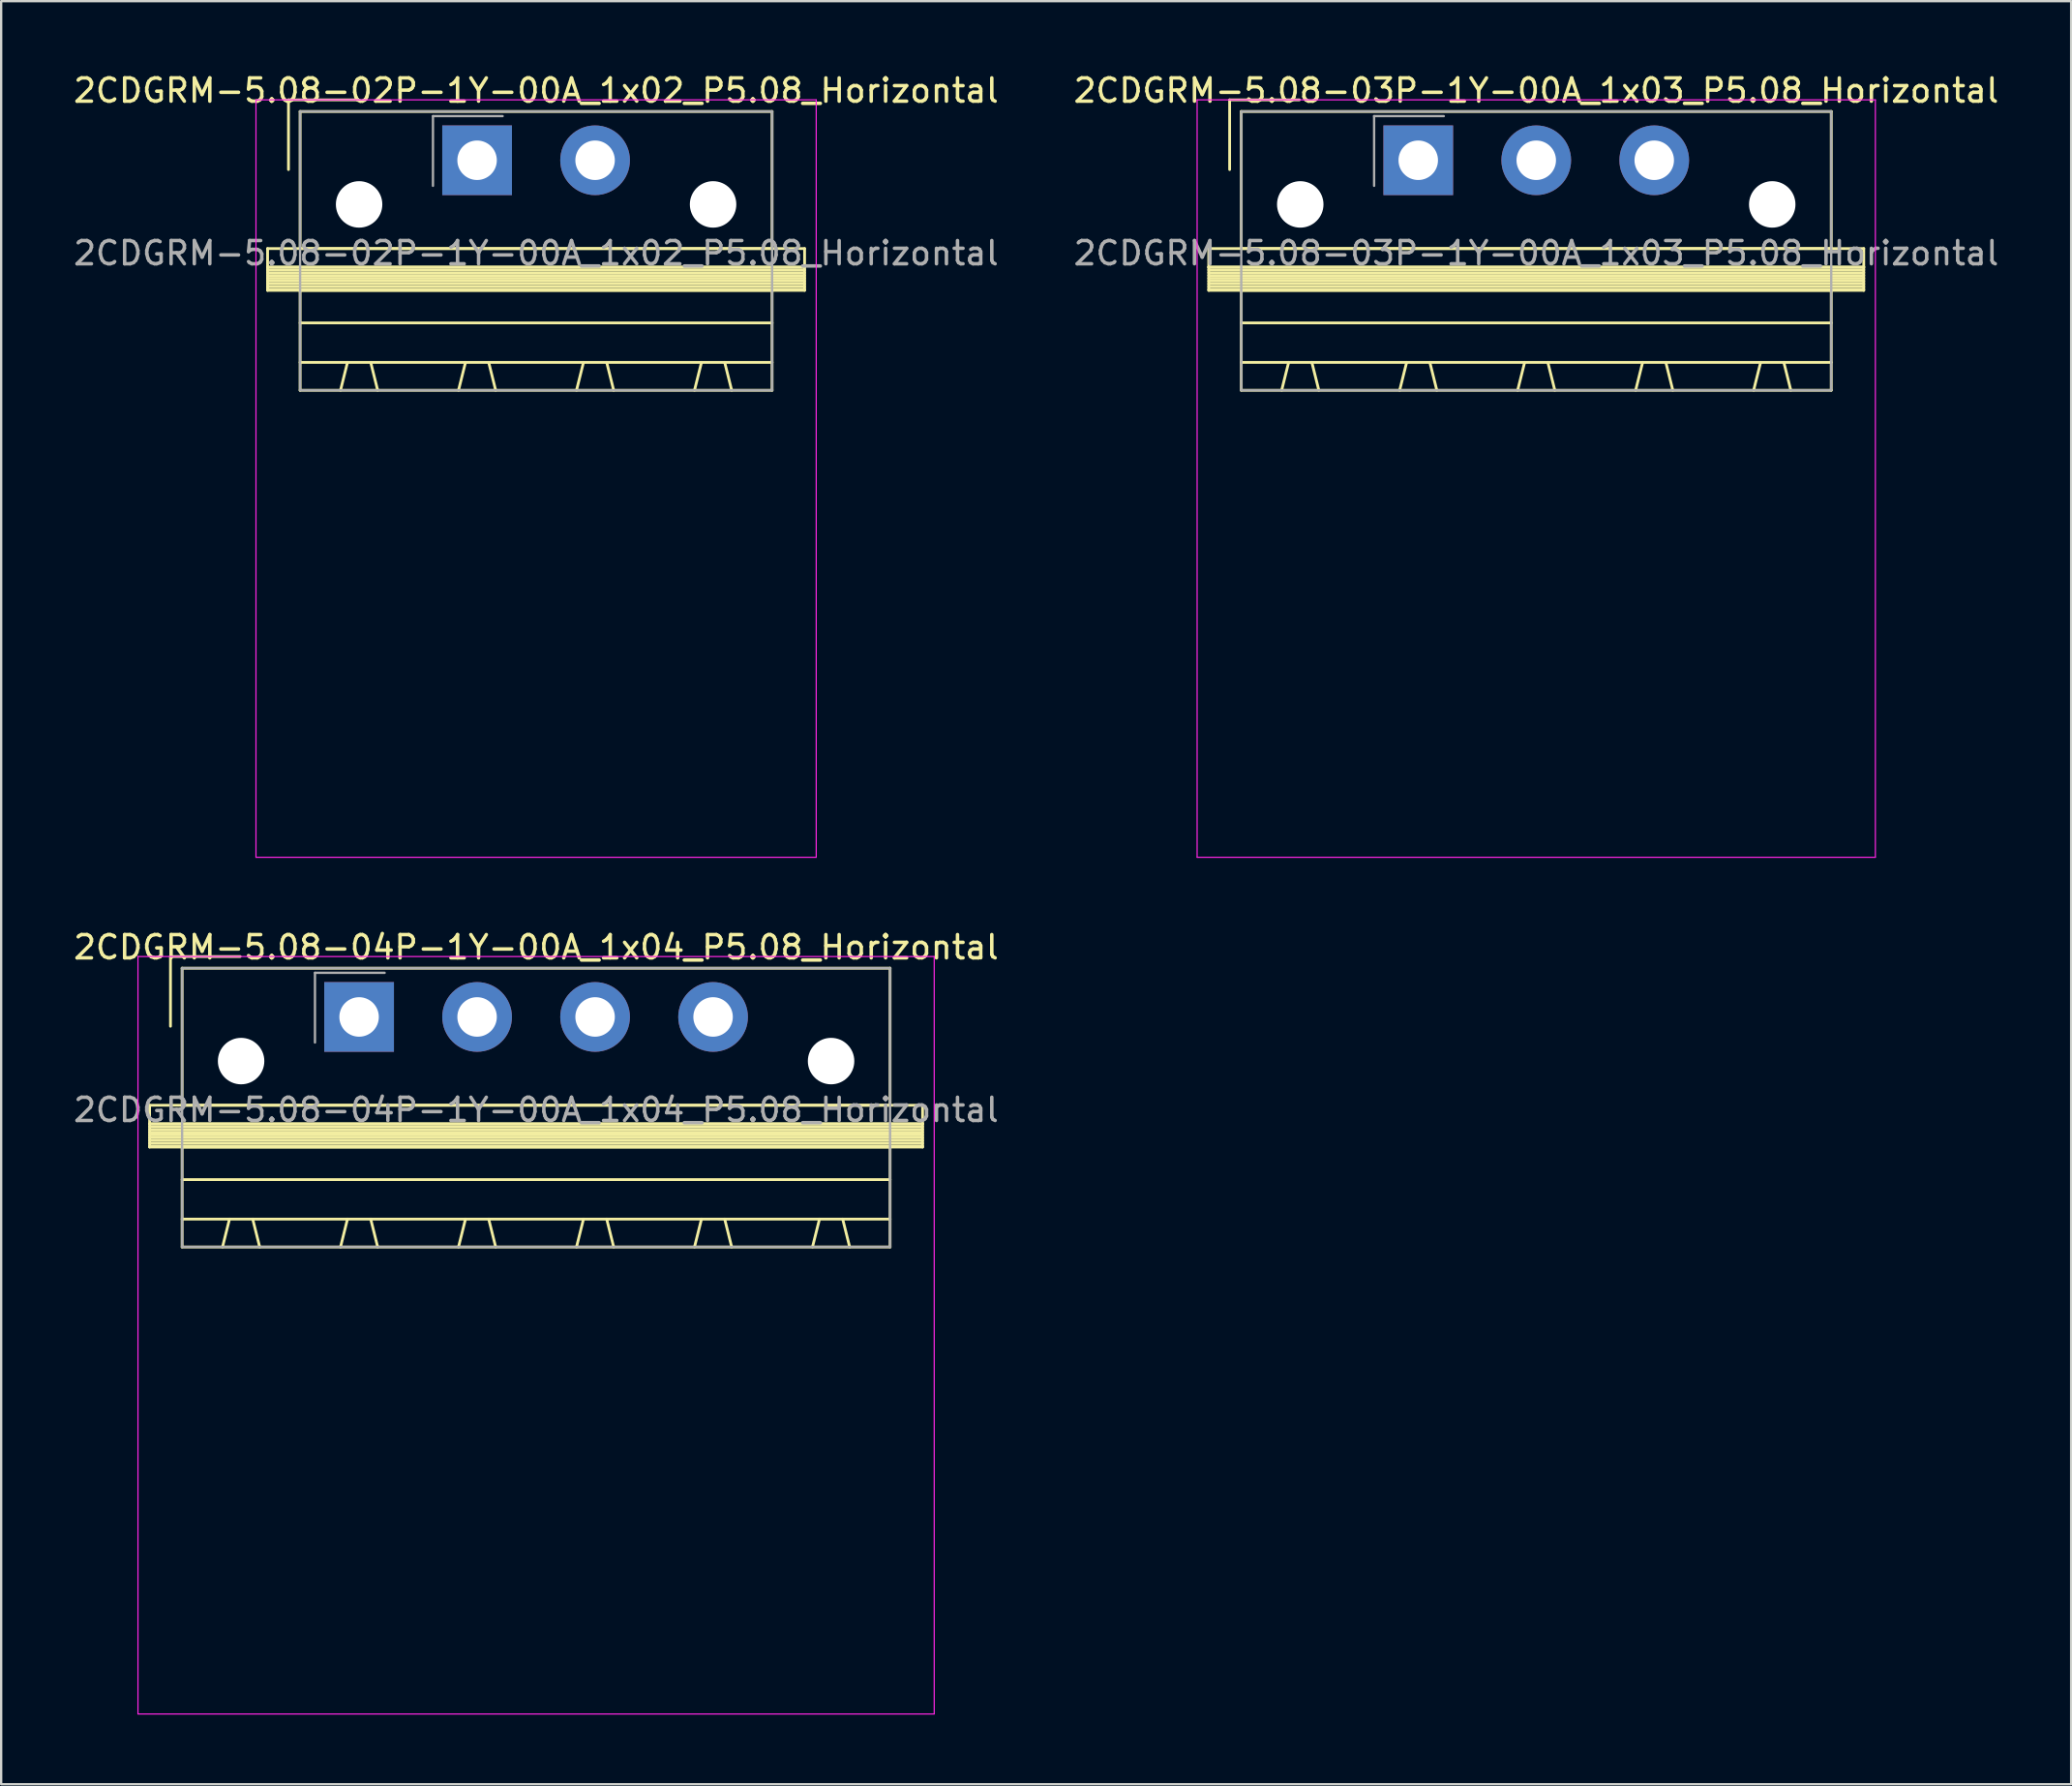
<source format=kicad_pcb>
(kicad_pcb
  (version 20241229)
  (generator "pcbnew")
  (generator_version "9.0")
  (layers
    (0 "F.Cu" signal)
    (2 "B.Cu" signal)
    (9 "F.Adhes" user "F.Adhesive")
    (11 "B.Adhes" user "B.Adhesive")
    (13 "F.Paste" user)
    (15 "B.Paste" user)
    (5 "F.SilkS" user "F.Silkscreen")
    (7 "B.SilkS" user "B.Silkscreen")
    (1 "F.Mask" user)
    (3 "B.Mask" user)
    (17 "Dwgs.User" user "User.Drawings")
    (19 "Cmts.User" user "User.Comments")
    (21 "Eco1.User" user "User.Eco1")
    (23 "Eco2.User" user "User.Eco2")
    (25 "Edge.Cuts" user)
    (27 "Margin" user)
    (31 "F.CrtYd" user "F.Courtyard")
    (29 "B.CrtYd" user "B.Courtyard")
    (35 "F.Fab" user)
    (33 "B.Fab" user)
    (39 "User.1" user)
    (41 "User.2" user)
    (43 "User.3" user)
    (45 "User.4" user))
  (footprint "2CDGRM-5.08-02P-1Y-00A_1x02_P5.08_Horizontal"
    (layer "F.Cu")
    (at 17.49 3.848)
    (property "Reference" "2CDGRM-5.08-02P-1Y-00A_1x02_P5.08_Horizontal" (at 2.54 -3 0) (layer "F.SilkS") (effects (font (size 1 1) (thickness 0.15))))
    (attr through_hole)
    (fp_line (start -9.02 3.8) (end -9.02 4.6) (stroke (width 0.12) (type solid)) (layer "F.SilkS"))
    (fp_line (start -9.02 4.6) (end -9.02 5.6) (stroke (width 0.12) (type solid)) (layer "F.SilkS"))
    (fp_line (start -9.02 4.6) (end 14.1 4.6) (stroke (width 0.12) (type solid)) (layer "F.SilkS"))
    (fp_line (start -9.02 4.72) (end 14.1 4.72) (stroke (width 0.12) (type solid)) (layer "F.SilkS"))
    (fp_line (start -9.02 4.84) (end 14.1 4.84) (stroke (width 0.12) (type solid)) (layer "F.SilkS"))
    (fp_line (start -9.02 4.96) (end 14.1 4.96) (stroke (width 0.12) (type solid)) (layer "F.SilkS"))
    (fp_line (start -9.02 5.08) (end 14.1 5.08) (stroke (width 0.12) (type solid)) (layer "F.SilkS"))
    (fp_line (start -9.02 5.2) (end 14.1 5.2) (stroke (width 0.12) (type solid)) (layer "F.SilkS"))
    (fp_line (start -9.02 5.32) (end 14.1 5.32) (stroke (width 0.12) (type solid)) (layer "F.SilkS"))
    (fp_line (start -9.02 5.44) (end 14.1 5.44) (stroke (width 0.12) (type solid)) (layer "F.SilkS"))
    (fp_line (start -9.02 5.56) (end 14.1 5.56) (stroke (width 0.12) (type solid)) (layer "F.SilkS"))
    (fp_line (start -9.02 5.6) (end 14.1 5.6) (stroke (width 0.12) (type solid)) (layer "F.SilkS"))
    (fp_line (start -8.12 -2.6) (end -8.12 0.4) (stroke (width 0.12) (type solid)) (layer "F.SilkS"))
    (fp_line (start -8.12 -2.6) (end -5.12 -2.6) (stroke (width 0.12) (type solid)) (layer "F.SilkS"))
    (fp_line (start -7.62 -2.1) (end -7.62 3.8) (stroke (width 0.12) (type solid)) (layer "F.SilkS"))
    (fp_line (start -7.62 3.8) (end 12.7 3.8) (stroke (width 0.12) (type solid)) (layer "F.SilkS"))
    (fp_line (start -7.62 5.6) (end -7.62 9.9) (stroke (width 0.12) (type solid)) (layer "F.SilkS"))
    (fp_line (start -7.62 7) (end 12.7 7) (stroke (width 0.12) (type solid)) (layer "F.SilkS"))
    (fp_line (start -7.62 8.7) (end 12.7 8.7) (stroke (width 0.12) (type solid)) (layer "F.SilkS"))
    (fp_line (start -7.62 9.9) (end 12.7 9.9) (stroke (width 0.12) (type solid)) (layer "F.SilkS"))
    (fp_line (start -5.58 8.7) (end -5.88 9.9) (stroke (width 0.12) (type solid)) (layer "F.SilkS"))
    (fp_line (start -4.58 8.7) (end -4.28 9.9) (stroke (width 0.12) (type solid)) (layer "F.SilkS"))
    (fp_line (start -0.5 8.7) (end -0.8 9.9) (stroke (width 0.12) (type solid)) (layer "F.SilkS"))
    (fp_line (start 0.5 8.7) (end 0.8 9.9) (stroke (width 0.12) (type solid)) (layer "F.SilkS"))
    (fp_line (start 4.58 8.7) (end 4.28 9.9) (stroke (width 0.12) (type solid)) (layer "F.SilkS"))
    (fp_line (start 5.58 8.7) (end 5.88 9.9) (stroke (width 0.12) (type solid)) (layer "F.SilkS"))
    (fp_line (start 9.66 8.7) (end 9.36 9.9) (stroke (width 0.12) (type solid)) (layer "F.SilkS"))
    (fp_line (start 10.66 8.7) (end 10.96 9.9) (stroke (width 0.12) (type solid)) (layer "F.SilkS"))
    (fp_line (start 12.7 -2.1) (end -7.62 -2.1) (stroke (width 0.12) (type solid)) (layer "F.SilkS"))
    (fp_line (start 12.7 3.8) (end 12.7 -2.1) (stroke (width 0.12) (type solid)) (layer "F.SilkS"))
    (fp_line (start 12.7 5.6) (end -7.62 5.6) (stroke (width 0.12) (type solid)) (layer "F.SilkS"))
    (fp_line (start 12.7 9.9) (end 12.7 5.6) (stroke (width 0.12) (type solid)) (layer "F.SilkS"))
    (fp_line (start 14.1 3.8) (end -9.02 3.8) (stroke (width 0.12) (type solid)) (layer "F.SilkS"))
    (fp_line (start 14.1 4.6) (end -9.02 4.6) (stroke (width 0.12) (type solid)) (layer "F.SilkS"))
    (fp_line (start 14.1 4.6) (end 14.1 3.8) (stroke (width 0.12) (type solid)) (layer "F.SilkS"))
    (fp_line (start 14.1 5.6) (end 14.1 4.6) (stroke (width 0.12) (type solid)) (layer "F.SilkS"))
    (fp_line (start -9.52 -2.6) (end -9.52 30) (stroke (width 0.05) (type solid)) (layer "F.CrtYd"))
    (fp_line (start -9.52 30) (end 14.6 30) (stroke (width 0.05) (type solid)) (layer "F.CrtYd"))
    (fp_line (start 14.6 -2.6) (end -9.52 -2.6) (stroke (width 0.05) (type solid)) (layer "F.CrtYd"))
    (fp_line (start 14.6 30) (end 14.6 -2.6) (stroke (width 0.05) (type solid)) (layer "F.CrtYd"))
    (fp_line (start -7.62 -2.1) (end -7.62 9.9) (stroke (width 0.1) (type solid)) (layer "F.Fab"))
    (fp_line (start -7.62 9.9) (end 12.7 9.9) (stroke (width 0.1) (type solid)) (layer "F.Fab"))
    (fp_line (start -1.9 -1.9) (end -1.9 1.1) (stroke (width 0.1) (type solid)) (layer "F.Fab"))
    (fp_line (start -1.9 -1.9) (end 1.1 -1.9) (stroke (width 0.1) (type solid)) (layer "F.Fab"))
    (fp_line (start 12.7 -2.1) (end -7.62 -2.1) (stroke (width 0.1) (type solid)) (layer "F.Fab"))
    (fp_line (start 12.7 9.9) (end 12.7 -2.1) (stroke (width 0.1) (type solid)) (layer "F.Fab"))
    (fp_text user "${REFERENCE}" (at 2.54 4 0) (layer "F.Fab") (effects (font (size 1 1) (thickness 0.15))))
    (pad "" np_thru_hole circle (at -5.08 1.9) (size 2 2) (drill 2) (layers "*.Cu" "*.Mask"))
    (pad "" np_thru_hole circle (at 10.16 1.9) (size 2 2) (drill 2) (layers "*.Cu" "*.Mask"))
    (pad "1" thru_hole rect (at 0 0) (size 3 3) (drill 1.7) (layers "*.Cu" "*.Mask"))
    (pad "2" thru_hole circle (at 5.08 0) (size 3 3) (drill 1.7) (layers "*.Cu" "*.Mask")))
  (footprint "2CDGRM-5.08-04P-1Y-00A_1x04_P5.08_Horizontal"
    (layer "F.Cu")
    (at 12.41 40.721)
    (property "Reference" "2CDGRM-5.08-04P-1Y-00A_1x04_P5.08_Horizontal" (at 7.62 -3 0) (layer "F.SilkS") (effects (font (size 1 1) (thickness 0.15))))
    (attr through_hole)
    (fp_line (start -9.02 3.8) (end -9.02 4.6) (stroke (width 0.12) (type solid)) (layer "F.SilkS"))
    (fp_line (start -9.02 4.6) (end -9.02 5.6) (stroke (width 0.12) (type solid)) (layer "F.SilkS"))
    (fp_line (start -9.02 4.6) (end 24.26 4.6) (stroke (width 0.12) (type solid)) (layer "F.SilkS"))
    (fp_line (start -9.02 4.72) (end 24.26 4.72) (stroke (width 0.12) (type solid)) (layer "F.SilkS"))
    (fp_line (start -9.02 4.84) (end 24.26 4.84) (stroke (width 0.12) (type solid)) (layer "F.SilkS"))
    (fp_line (start -9.02 4.96) (end 24.26 4.96) (stroke (width 0.12) (type solid)) (layer "F.SilkS"))
    (fp_line (start -9.02 5.08) (end 24.26 5.08) (stroke (width 0.12) (type solid)) (layer "F.SilkS"))
    (fp_line (start -9.02 5.2) (end 24.26 5.2) (stroke (width 0.12) (type solid)) (layer "F.SilkS"))
    (fp_line (start -9.02 5.32) (end 24.26 5.32) (stroke (width 0.12) (type solid)) (layer "F.SilkS"))
    (fp_line (start -9.02 5.44) (end 24.26 5.44) (stroke (width 0.12) (type solid)) (layer "F.SilkS"))
    (fp_line (start -9.02 5.56) (end 24.26 5.56) (stroke (width 0.12) (type solid)) (layer "F.SilkS"))
    (fp_line (start -9.02 5.6) (end 24.26 5.6) (stroke (width 0.12) (type solid)) (layer "F.SilkS"))
    (fp_line (start -8.12 -2.6) (end -8.12 0.4) (stroke (width 0.12) (type solid)) (layer "F.SilkS"))
    (fp_line (start -8.12 -2.6) (end -5.12 -2.6) (stroke (width 0.12) (type solid)) (layer "F.SilkS"))
    (fp_line (start -7.62 -2.1) (end -7.62 3.8) (stroke (width 0.12) (type solid)) (layer "F.SilkS"))
    (fp_line (start -7.62 3.8) (end 22.86 3.8) (stroke (width 0.12) (type solid)) (layer "F.SilkS"))
    (fp_line (start -7.62 5.6) (end -7.62 9.9) (stroke (width 0.12) (type solid)) (layer "F.SilkS"))
    (fp_line (start -7.62 7) (end 22.86 7) (stroke (width 0.12) (type solid)) (layer "F.SilkS"))
    (fp_line (start -7.62 8.7) (end 22.86 8.7) (stroke (width 0.12) (type solid)) (layer "F.SilkS"))
    (fp_line (start -7.62 9.9) (end 22.86 9.9) (stroke (width 0.12) (type solid)) (layer "F.SilkS"))
    (fp_line (start -5.58 8.7) (end -5.88 9.9) (stroke (width 0.12) (type solid)) (layer "F.SilkS"))
    (fp_line (start -4.58 8.7) (end -4.28 9.9) (stroke (width 0.12) (type solid)) (layer "F.SilkS"))
    (fp_line (start -0.5 8.7) (end -0.8 9.9) (stroke (width 0.12) (type solid)) (layer "F.SilkS"))
    (fp_line (start 0.5 8.7) (end 0.8 9.9) (stroke (width 0.12) (type solid)) (layer "F.SilkS"))
    (fp_line (start 4.58 8.7) (end 4.28 9.9) (stroke (width 0.12) (type solid)) (layer "F.SilkS"))
    (fp_line (start 5.58 8.7) (end 5.88 9.9) (stroke (width 0.12) (type solid)) (layer "F.SilkS"))
    (fp_line (start 9.66 8.7) (end 9.36 9.9) (stroke (width 0.12) (type solid)) (layer "F.SilkS"))
    (fp_line (start 10.66 8.7) (end 10.96 9.9) (stroke (width 0.12) (type solid)) (layer "F.SilkS"))
    (fp_line (start 14.74 8.7) (end 14.44 9.9) (stroke (width 0.12) (type solid)) (layer "F.SilkS"))
    (fp_line (start 15.74 8.7) (end 16.04 9.9) (stroke (width 0.12) (type solid)) (layer "F.SilkS"))
    (fp_line (start 19.82 8.7) (end 19.52 9.9) (stroke (width 0.12) (type solid)) (layer "F.SilkS"))
    (fp_line (start 20.82 8.7) (end 21.12 9.9) (stroke (width 0.12) (type solid)) (layer "F.SilkS"))
    (fp_line (start 22.86 -2.1) (end -7.62 -2.1) (stroke (width 0.12) (type solid)) (layer "F.SilkS"))
    (fp_line (start 22.86 3.8) (end 22.86 -2.1) (stroke (width 0.12) (type solid)) (layer "F.SilkS"))
    (fp_line (start 22.86 5.6) (end -7.62 5.6) (stroke (width 0.12) (type solid)) (layer "F.SilkS"))
    (fp_line (start 22.86 9.9) (end 22.86 5.6) (stroke (width 0.12) (type solid)) (layer "F.SilkS"))
    (fp_line (start 24.26 3.8) (end -9.02 3.8) (stroke (width 0.12) (type solid)) (layer "F.SilkS"))
    (fp_line (start 24.26 4.6) (end -9.02 4.6) (stroke (width 0.12) (type solid)) (layer "F.SilkS"))
    (fp_line (start 24.26 4.6) (end 24.26 3.8) (stroke (width 0.12) (type solid)) (layer "F.SilkS"))
    (fp_line (start 24.26 5.6) (end 24.26 4.6) (stroke (width 0.12) (type solid)) (layer "F.SilkS"))
    (fp_line (start -9.52 -2.6) (end -9.52 30) (stroke (width 0.05) (type solid)) (layer "F.CrtYd"))
    (fp_line (start -9.52 30) (end 24.76 30) (stroke (width 0.05) (type solid)) (layer "F.CrtYd"))
    (fp_line (start 24.76 -2.6) (end -9.52 -2.6) (stroke (width 0.05) (type solid)) (layer "F.CrtYd"))
    (fp_line (start 24.76 30) (end 24.76 -2.6) (stroke (width 0.05) (type solid)) (layer "F.CrtYd"))
    (fp_line (start -7.62 -2.1) (end -7.62 9.9) (stroke (width 0.1) (type solid)) (layer "F.Fab"))
    (fp_line (start -7.62 9.9) (end 22.86 9.9) (stroke (width 0.1) (type solid)) (layer "F.Fab"))
    (fp_line (start -1.9 -1.9) (end -1.9 1.1) (stroke (width 0.1) (type solid)) (layer "F.Fab"))
    (fp_line (start -1.9 -1.9) (end 1.1 -1.9) (stroke (width 0.1) (type solid)) (layer "F.Fab"))
    (fp_line (start 22.86 -2.1) (end -7.62 -2.1) (stroke (width 0.1) (type solid)) (layer "F.Fab"))
    (fp_line (start 22.86 9.9) (end 22.86 -2.1) (stroke (width 0.1) (type solid)) (layer "F.Fab"))
    (fp_text user "${REFERENCE}" (at 7.62 4 0) (layer "F.Fab") (effects (font (size 1 1) (thickness 0.15))))
    (pad "" np_thru_hole circle (at -5.08 1.9) (size 2 2) (drill 2) (layers "*.Cu" "*.Mask"))
    (pad "" np_thru_hole circle (at 20.32 1.9) (size 2 2) (drill 2) (layers "*.Cu" "*.Mask"))
    (pad "1" thru_hole rect (at 0 0) (size 3 3) (drill 1.7) (layers "*.Cu" "*.Mask"))
    (pad "2" thru_hole circle (at 5.08 0) (size 3 3) (drill 1.7) (layers "*.Cu" "*.Mask"))
    (pad "3" thru_hole circle (at 10.16 0) (size 3 3) (drill 1.7) (layers "*.Cu" "*.Mask"))
    (pad "4" thru_hole circle (at 15.24 0) (size 3 3) (drill 1.7) (layers "*.Cu" "*.Mask")))
  (footprint "2CDGRM-5.08-03P-1Y-00A_1x03_P5.08_Horizontal"
    (layer "F.Cu")
    (at 58.009 3.848)
    (property "Reference" "2CDGRM-5.08-03P-1Y-00A_1x03_P5.08_Horizontal" (at 5.08 -3 0) (layer "F.SilkS") (effects (font (size 1 1) (thickness 0.15))))
    (attr through_hole)
    (fp_line (start -9.02 3.8) (end -9.02 4.6) (stroke (width 0.12) (type solid)) (layer "F.SilkS"))
    (fp_line (start -9.02 4.6) (end -9.02 5.6) (stroke (width 0.12) (type solid)) (layer "F.SilkS"))
    (fp_line (start -9.02 4.6) (end 19.18 4.6) (stroke (width 0.12) (type solid)) (layer "F.SilkS"))
    (fp_line (start -9.02 4.72) (end 19.18 4.72) (stroke (width 0.12) (type solid)) (layer "F.SilkS"))
    (fp_line (start -9.02 4.84) (end 19.18 4.84) (stroke (width 0.12) (type solid)) (layer "F.SilkS"))
    (fp_line (start -9.02 4.96) (end 19.18 4.96) (stroke (width 0.12) (type solid)) (layer "F.SilkS"))
    (fp_line (start -9.02 5.08) (end 19.18 5.08) (stroke (width 0.12) (type solid)) (layer "F.SilkS"))
    (fp_line (start -9.02 5.2) (end 19.18 5.2) (stroke (width 0.12) (type solid)) (layer "F.SilkS"))
    (fp_line (start -9.02 5.32) (end 19.18 5.32) (stroke (width 0.12) (type solid)) (layer "F.SilkS"))
    (fp_line (start -9.02 5.44) (end 19.18 5.44) (stroke (width 0.12) (type solid)) (layer "F.SilkS"))
    (fp_line (start -9.02 5.56) (end 19.18 5.56) (stroke (width 0.12) (type solid)) (layer "F.SilkS"))
    (fp_line (start -9.02 5.6) (end 19.18 5.6) (stroke (width 0.12) (type solid)) (layer "F.SilkS"))
    (fp_line (start -8.12 -2.6) (end -8.12 0.4) (stroke (width 0.12) (type solid)) (layer "F.SilkS"))
    (fp_line (start -8.12 -2.6) (end -5.12 -2.6) (stroke (width 0.12) (type solid)) (layer "F.SilkS"))
    (fp_line (start -7.62 -2.1) (end -7.62 3.8) (stroke (width 0.12) (type solid)) (layer "F.SilkS"))
    (fp_line (start -7.62 3.8) (end 17.78 3.8) (stroke (width 0.12) (type solid)) (layer "F.SilkS"))
    (fp_line (start -7.62 5.6) (end -7.62 9.9) (stroke (width 0.12) (type solid)) (layer "F.SilkS"))
    (fp_line (start -7.62 7) (end 17.78 7) (stroke (width 0.12) (type solid)) (layer "F.SilkS"))
    (fp_line (start -7.62 8.7) (end 17.78 8.7) (stroke (width 0.12) (type solid)) (layer "F.SilkS"))
    (fp_line (start -7.62 9.9) (end 17.78 9.9) (stroke (width 0.12) (type solid)) (layer "F.SilkS"))
    (fp_line (start -5.58 8.7) (end -5.88 9.9) (stroke (width 0.12) (type solid)) (layer "F.SilkS"))
    (fp_line (start -4.58 8.7) (end -4.28 9.9) (stroke (width 0.12) (type solid)) (layer "F.SilkS"))
    (fp_line (start -0.5 8.7) (end -0.8 9.9) (stroke (width 0.12) (type solid)) (layer "F.SilkS"))
    (fp_line (start 0.5 8.7) (end 0.8 9.9) (stroke (width 0.12) (type solid)) (layer "F.SilkS"))
    (fp_line (start 4.58 8.7) (end 4.28 9.9) (stroke (width 0.12) (type solid)) (layer "F.SilkS"))
    (fp_line (start 5.58 8.7) (end 5.88 9.9) (stroke (width 0.12) (type solid)) (layer "F.SilkS"))
    (fp_line (start 9.66 8.7) (end 9.36 9.9) (stroke (width 0.12) (type solid)) (layer "F.SilkS"))
    (fp_line (start 10.66 8.7) (end 10.96 9.9) (stroke (width 0.12) (type solid)) (layer "F.SilkS"))
    (fp_line (start 14.74 8.7) (end 14.44 9.9) (stroke (width 0.12) (type solid)) (layer "F.SilkS"))
    (fp_line (start 15.74 8.7) (end 16.04 9.9) (stroke (width 0.12) (type solid)) (layer "F.SilkS"))
    (fp_line (start 17.78 -2.1) (end -7.62 -2.1) (stroke (width 0.12) (type solid)) (layer "F.SilkS"))
    (fp_line (start 17.78 3.8) (end 17.78 -2.1) (stroke (width 0.12) (type solid)) (layer "F.SilkS"))
    (fp_line (start 17.78 5.6) (end -7.62 5.6) (stroke (width 0.12) (type solid)) (layer "F.SilkS"))
    (fp_line (start 17.78 9.9) (end 17.78 5.6) (stroke (width 0.12) (type solid)) (layer "F.SilkS"))
    (fp_line (start 19.18 3.8) (end -9.02 3.8) (stroke (width 0.12) (type solid)) (layer "F.SilkS"))
    (fp_line (start 19.18 4.6) (end -9.02 4.6) (stroke (width 0.12) (type solid)) (layer "F.SilkS"))
    (fp_line (start 19.18 4.6) (end 19.18 3.8) (stroke (width 0.12) (type solid)) (layer "F.SilkS"))
    (fp_line (start 19.18 5.6) (end 19.18 4.6) (stroke (width 0.12) (type solid)) (layer "F.SilkS"))
    (fp_line (start -9.52 -2.6) (end -9.52 30) (stroke (width 0.05) (type solid)) (layer "F.CrtYd"))
    (fp_line (start -9.52 30) (end 19.68 30) (stroke (width 0.05) (type solid)) (layer "F.CrtYd"))
    (fp_line (start 19.68 -2.6) (end -9.52 -2.6) (stroke (width 0.05) (type solid)) (layer "F.CrtYd"))
    (fp_line (start 19.68 30) (end 19.68 -2.6) (stroke (width 0.05) (type solid)) (layer "F.CrtYd"))
    (fp_line (start -7.62 -2.1) (end -7.62 9.9) (stroke (width 0.1) (type solid)) (layer "F.Fab"))
    (fp_line (start -7.62 9.9) (end 17.78 9.9) (stroke (width 0.1) (type solid)) (layer "F.Fab"))
    (fp_line (start -1.9 -1.9) (end -1.9 1.1) (stroke (width 0.1) (type solid)) (layer "F.Fab"))
    (fp_line (start -1.9 -1.9) (end 1.1 -1.9) (stroke (width 0.1) (type solid)) (layer "F.Fab"))
    (fp_line (start 17.78 -2.1) (end -7.62 -2.1) (stroke (width 0.1) (type solid)) (layer "F.Fab"))
    (fp_line (start 17.78 9.9) (end 17.78 -2.1) (stroke (width 0.1) (type solid)) (layer "F.Fab"))
    (fp_text user "${REFERENCE}" (at 5.08 4 0) (layer "F.Fab") (effects (font (size 1 1) (thickness 0.15))))
    (pad "" np_thru_hole circle (at -5.08 1.9) (size 2 2) (drill 2) (layers "*.Cu" "*.Mask"))
    (pad "" np_thru_hole circle (at 15.24 1.9) (size 2 2) (drill 2) (layers "*.Cu" "*.Mask"))
    (pad "1" thru_hole rect (at 0 0) (size 3 3) (drill 1.7) (layers "*.Cu" "*.Mask"))
    (pad "2" thru_hole circle (at 5.08 0) (size 3 3) (drill 1.7) (layers "*.Cu" "*.Mask"))
    (pad "3" thru_hole circle (at 10.16 0) (size 3 3) (drill 1.7) (layers "*.Cu" "*.Mask")))
  (gr_rect
    (start -3 -3)
    (end 86.119 73.746)
    (stroke (width 0.1) (type default))
    (fill no)
    (layer "Edge.Cuts")))
</source>
